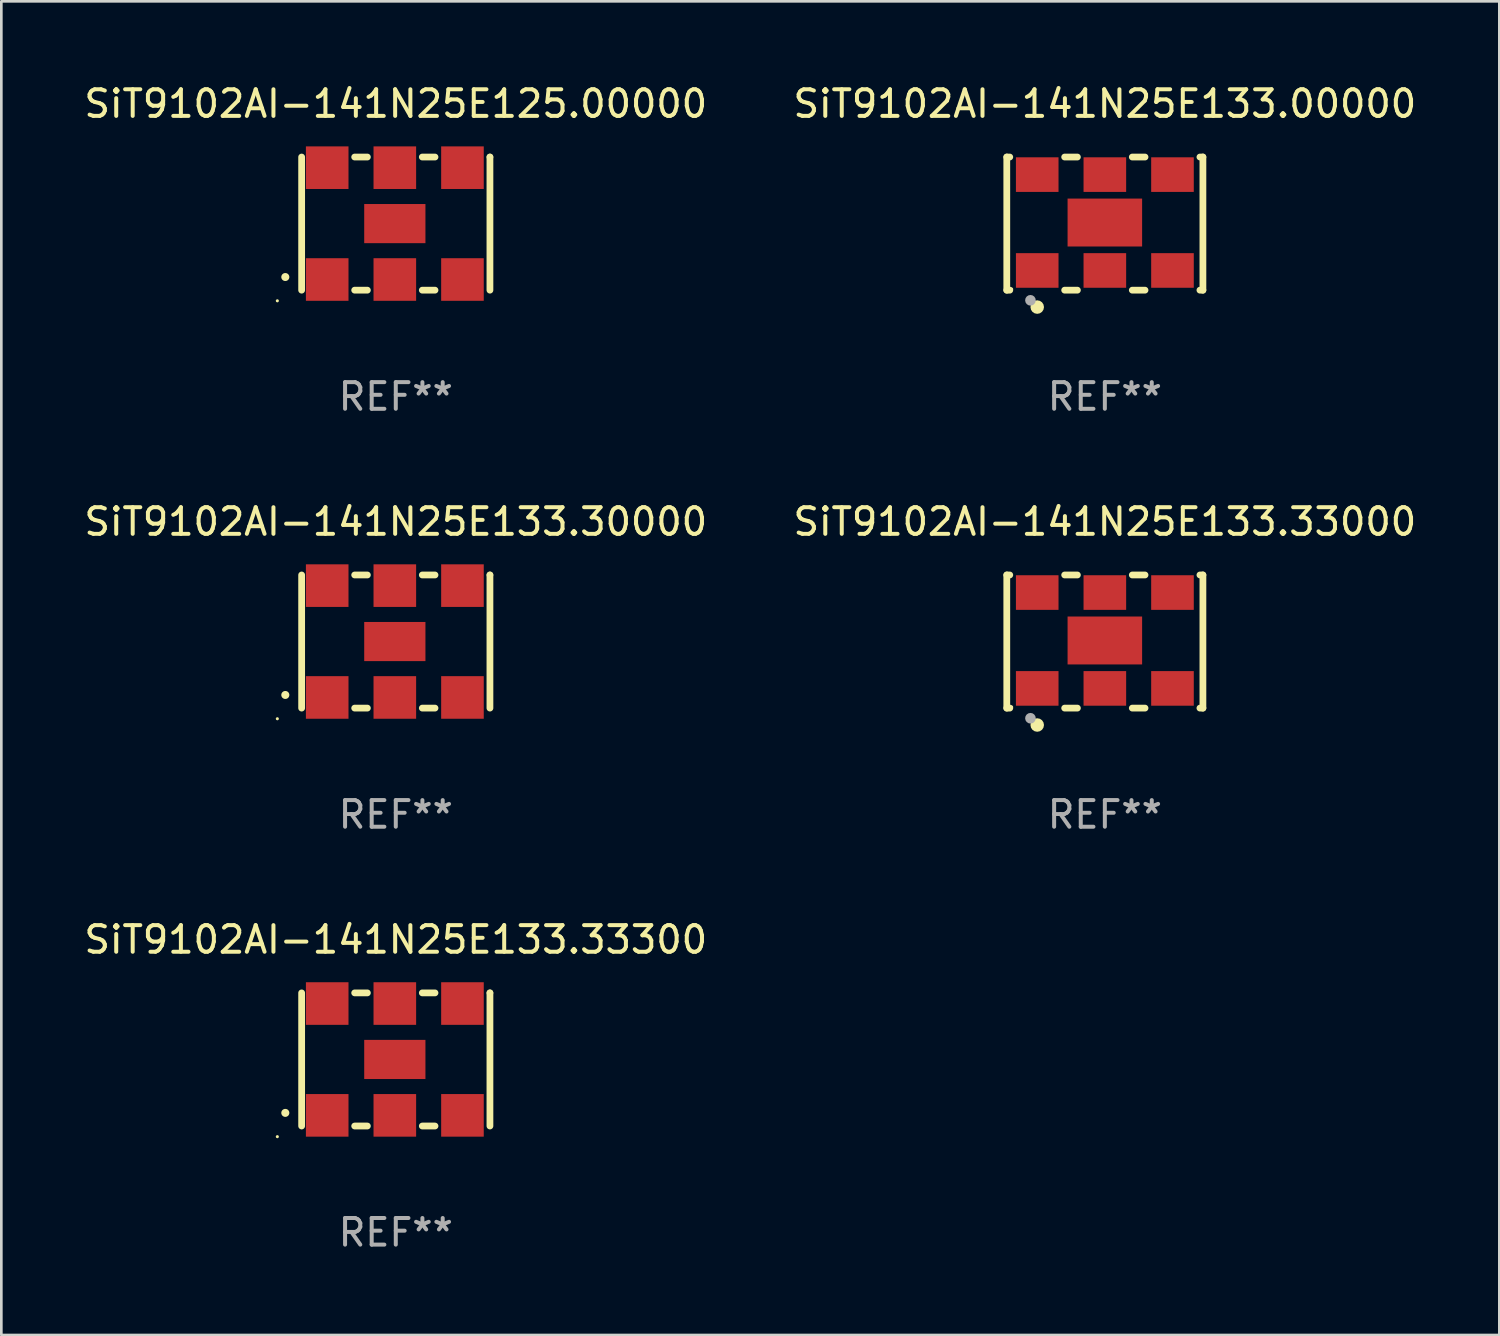
<source format=kicad_pcb>
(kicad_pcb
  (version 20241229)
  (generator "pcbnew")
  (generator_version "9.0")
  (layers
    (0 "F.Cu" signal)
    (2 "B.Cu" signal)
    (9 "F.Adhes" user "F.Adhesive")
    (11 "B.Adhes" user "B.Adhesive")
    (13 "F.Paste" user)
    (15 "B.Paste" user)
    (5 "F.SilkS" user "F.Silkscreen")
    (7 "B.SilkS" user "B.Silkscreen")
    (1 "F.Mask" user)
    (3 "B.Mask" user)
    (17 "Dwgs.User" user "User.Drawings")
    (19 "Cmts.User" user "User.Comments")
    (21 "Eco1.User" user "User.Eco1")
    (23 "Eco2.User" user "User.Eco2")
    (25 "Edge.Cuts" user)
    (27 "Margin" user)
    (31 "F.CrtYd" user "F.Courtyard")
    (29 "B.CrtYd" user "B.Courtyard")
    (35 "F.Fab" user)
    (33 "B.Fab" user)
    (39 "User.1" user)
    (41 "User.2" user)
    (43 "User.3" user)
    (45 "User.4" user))
  (footprint "SiT9102AI-141N25E133.30000"
    (layer "F.Cu")
    (at 11.815 21.045)
    (property "Reference" "SiT9102AI-141N25E133.30000" (at 0 -4.5 0) (layer "F.SilkS") (effects (font (size 1 1) (thickness 0.15))))
    (attr through_hole)
    (fp_line (start -3.536 -2.5) (end -3.536 2.5) (stroke (width 0.254) (type solid)) (layer "F.SilkS"))
    (fp_line (start -1.544 2.5) (end -1.067 2.5) (stroke (width 0.254) (type solid)) (layer "F.SilkS"))
    (fp_line (start -1.067 -2.5) (end -1.544 -2.5) (stroke (width 0.254) (type solid)) (layer "F.SilkS"))
    (fp_line (start 0.996 2.5) (end 1.473 2.5) (stroke (width 0.254) (type solid)) (layer "F.SilkS"))
    (fp_line (start 1.473 -2.5) (end 0.996 -2.5) (stroke (width 0.254) (type solid)) (layer "F.SilkS"))
    (fp_line (start 3.536 -2.5) (end 3.536 -2.5) (stroke (width 0.254) (type solid)) (layer "F.SilkS"))
    (fp_line (start 3.536 2.5) (end 3.536 -2.5) (stroke (width 0.254) (type solid)) (layer "F.SilkS"))
    (fp_arc (start -4.150432 2.006604) (mid -4.149162 2.006599) (end -4.147892 2.006604) (stroke (width 0.3) (type solid)) (layer "F.SilkS"))
    (fp_circle (center -4.449 2.9) (end -4.419 2.9) (stroke (width 0.06) (type solid)) (fill no) (layer "F.SilkS"))
    (fp_text user "REF**" (at 0 6.5 0) (layer "F.Fab") (effects (font (size 1 1) (thickness 0.15))))
    (pad "1" smd rect (at -2.576 2.1) (size 1.6 1.6) (layers "F.Cu" "F.Mask" "F.Paste"))
    (pad "2" smd rect (at -0.036 2.1) (size 1.6 1.6) (layers "F.Cu" "F.Mask" "F.Paste"))
    (pad "3" smd rect (at 2.504 2.1) (size 1.6 1.6) (layers "F.Cu" "F.Mask" "F.Paste"))
    (pad "4" smd rect (at 2.504 -2.1) (size 1.6 1.6) (layers "F.Cu" "F.Mask" "F.Paste"))
    (pad "5" smd rect (at -0.036 -2.1) (size 1.6 1.6) (layers "F.Cu" "F.Mask" "F.Paste"))
    (pad "6" smd rect (at -2.576 -2.1) (size 1.6 1.6) (layers "F.Cu" "F.Mask" "F.Paste"))
    (pad "7" smd rect (at -0.036 0) (size 2.3 1.47) (layers "F.Cu" "F.Mask" "F.Paste")))
  (footprint "SiT9102AI-141N25E133.33300"
    (layer "F.Cu")
    (at 11.815 36.741)
    (property "Reference" "SiT9102AI-141N25E133.33300" (at 0 -4.5 0) (layer "F.SilkS") (effects (font (size 1 1) (thickness 0.15))))
    (attr through_hole)
    (fp_line (start -3.536 -2.5) (end -3.536 2.5) (stroke (width 0.254) (type solid)) (layer "F.SilkS"))
    (fp_line (start -1.544 2.5) (end -1.067 2.5) (stroke (width 0.254) (type solid)) (layer "F.SilkS"))
    (fp_line (start -1.067 -2.5) (end -1.544 -2.5) (stroke (width 0.254) (type solid)) (layer "F.SilkS"))
    (fp_line (start 0.996 2.5) (end 1.473 2.5) (stroke (width 0.254) (type solid)) (layer "F.SilkS"))
    (fp_line (start 1.473 -2.5) (end 0.996 -2.5) (stroke (width 0.254) (type solid)) (layer "F.SilkS"))
    (fp_line (start 3.536 -2.5) (end 3.536 -2.5) (stroke (width 0.254) (type solid)) (layer "F.SilkS"))
    (fp_line (start 3.536 2.5) (end 3.536 -2.5) (stroke (width 0.254) (type solid)) (layer "F.SilkS"))
    (fp_arc (start -4.150432 2.006604) (mid -4.149162 2.006599) (end -4.147892 2.006604) (stroke (width 0.3) (type solid)) (layer "F.SilkS"))
    (fp_circle (center -4.449 2.9) (end -4.419 2.9) (stroke (width 0.06) (type solid)) (fill no) (layer "F.SilkS"))
    (fp_text user "REF**" (at 0 6.5 0) (layer "F.Fab") (effects (font (size 1 1) (thickness 0.15))))
    (pad "1" smd rect (at -2.576 2.1) (size 1.6 1.6) (layers "F.Cu" "F.Mask" "F.Paste"))
    (pad "2" smd rect (at -0.036 2.1) (size 1.6 1.6) (layers "F.Cu" "F.Mask" "F.Paste"))
    (pad "3" smd rect (at 2.504 2.1) (size 1.6 1.6) (layers "F.Cu" "F.Mask" "F.Paste"))
    (pad "4" smd rect (at 2.504 -2.1) (size 1.6 1.6) (layers "F.Cu" "F.Mask" "F.Paste"))
    (pad "5" smd rect (at -0.036 -2.1) (size 1.6 1.6) (layers "F.Cu" "F.Mask" "F.Paste"))
    (pad "6" smd rect (at -2.576 -2.1) (size 1.6 1.6) (layers "F.Cu" "F.Mask" "F.Paste"))
    (pad "7" smd rect (at -0.036 0) (size 2.3 1.47) (layers "F.Cu" "F.Mask" "F.Paste")))
  (footprint "SiT9102AI-141N25E133.00000"
    (layer "F.Cu")
    (at 38.446 5.348)
    (property "Reference" "SiT9102AI-141N25E133.00000" (at 0 -4.5 0) (layer "F.SilkS") (effects (font (size 1 1) (thickness 0.15))))
    (attr through_hole)
    (fp_line (start -3.683 -2.5) (end -3.571 -2.5) (stroke (width 0.254) (type solid)) (layer "F.SilkS"))
    (fp_line (start -3.683 2.5) (end -3.683 -2.5) (stroke (width 0.254) (type solid)) (layer "F.SilkS"))
    (fp_line (start -3.683 2.5) (end -3.571 2.5) (stroke (width 0.254) (type solid)) (layer "F.SilkS"))
    (fp_line (start -1.509 -2.5) (end -1.031 -2.5) (stroke (width 0.254) (type solid)) (layer "F.SilkS"))
    (fp_line (start -1.509 2.5) (end -1.031 2.5) (stroke (width 0.254) (type solid)) (layer "F.SilkS"))
    (fp_line (start 1.031 -2.5) (end 1.509 -2.5) (stroke (width 0.254) (type solid)) (layer "F.SilkS"))
    (fp_line (start 1.031 2.5) (end 1.509 2.5) (stroke (width 0.254) (type solid)) (layer "F.SilkS"))
    (fp_line (start 3.571 -2.5) (end 3.683 -2.5) (stroke (width 0.254) (type solid)) (layer "F.SilkS"))
    (fp_line (start 3.571 2.5) (end 3.683 2.5) (stroke (width 0.254) (type solid)) (layer "F.SilkS"))
    (fp_line (start 3.683 2.5) (end 3.683 -2.5) (stroke (width 0.254) (type solid)) (layer "F.SilkS"))
    (fp_circle (center -3.5 2.46) (end -3.47 2.46) (stroke (width 0.06) (type solid)) (fill no) (layer "F.SilkS"))
    (fp_circle (center -2.54 3.135) (end -2.413 3.135) (stroke (width 0.254) (type solid)) (fill no) (layer "F.SilkS"))
    (fp_circle (center -2.794 2.881) (end -2.694 2.881) (stroke (width 0.2) (type solid)) (fill no) (layer "F.Fab"))
    (fp_text user "REF**" (at 0 6.5 0) (layer "F.Fab") (effects (font (size 1 1) (thickness 0.15))))
    (pad "1" smd rect (at -2.54 1.76) (size 1.6 1.3) (layers "F.Cu" "F.Mask" "F.Paste"))
    (pad "2" smd rect (at 0 1.76) (size 1.6 1.3) (layers "F.Cu" "F.Mask" "F.Paste"))
    (pad "3" smd rect (at 2.54 1.76) (size 1.6 1.3) (layers "F.Cu" "F.Mask" "F.Paste"))
    (pad "4" smd rect (at 2.54 -1.84) (size 1.6 1.3) (layers "F.Cu" "F.Mask" "F.Paste"))
    (pad "5" smd rect (at 0 -1.84) (size 1.6 1.3) (layers "F.Cu" "F.Mask" "F.Paste"))
    (pad "6" smd rect (at -2.54 -1.84) (size 1.6 1.3) (layers "F.Cu" "F.Mask" "F.Paste"))
    (pad "7" smd rect (at 0 -0.04) (size 2.8 1.8) (layers "F.Cu" "F.Mask" "F.Paste")))
  (footprint "SiT9102AI-141N25E133.33000"
    (layer "F.Cu")
    (at 38.446 21.045)
    (property "Reference" "SiT9102AI-141N25E133.33000" (at 0 -4.5 0) (layer "F.SilkS") (effects (font (size 1 1) (thickness 0.15))))
    (attr through_hole)
    (fp_line (start -3.683 -2.5) (end -3.571 -2.5) (stroke (width 0.254) (type solid)) (layer "F.SilkS"))
    (fp_line (start -3.683 2.5) (end -3.683 -2.5) (stroke (width 0.254) (type solid)) (layer "F.SilkS"))
    (fp_line (start -3.683 2.5) (end -3.571 2.5) (stroke (width 0.254) (type solid)) (layer "F.SilkS"))
    (fp_line (start -1.509 -2.5) (end -1.031 -2.5) (stroke (width 0.254) (type solid)) (layer "F.SilkS"))
    (fp_line (start -1.509 2.5) (end -1.031 2.5) (stroke (width 0.254) (type solid)) (layer "F.SilkS"))
    (fp_line (start 1.031 -2.5) (end 1.509 -2.5) (stroke (width 0.254) (type solid)) (layer "F.SilkS"))
    (fp_line (start 1.031 2.5) (end 1.509 2.5) (stroke (width 0.254) (type solid)) (layer "F.SilkS"))
    (fp_line (start 3.571 -2.5) (end 3.683 -2.5) (stroke (width 0.254) (type solid)) (layer "F.SilkS"))
    (fp_line (start 3.571 2.5) (end 3.683 2.5) (stroke (width 0.254) (type solid)) (layer "F.SilkS"))
    (fp_line (start 3.683 2.5) (end 3.683 -2.5) (stroke (width 0.254) (type solid)) (layer "F.SilkS"))
    (fp_circle (center -3.5 2.46) (end -3.47 2.46) (stroke (width 0.06) (type solid)) (fill no) (layer "F.SilkS"))
    (fp_circle (center -2.54 3.135) (end -2.413 3.135) (stroke (width 0.254) (type solid)) (fill no) (layer "F.SilkS"))
    (fp_circle (center -2.794 2.881) (end -2.694 2.881) (stroke (width 0.2) (type solid)) (fill no) (layer "F.Fab"))
    (fp_text user "REF**" (at 0 6.5 0) (layer "F.Fab") (effects (font (size 1 1) (thickness 0.15))))
    (pad "1" smd rect (at -2.54 1.76) (size 1.6 1.3) (layers "F.Cu" "F.Mask" "F.Paste"))
    (pad "2" smd rect (at 0 1.76) (size 1.6 1.3) (layers "F.Cu" "F.Mask" "F.Paste"))
    (pad "3" smd rect (at 2.54 1.76) (size 1.6 1.3) (layers "F.Cu" "F.Mask" "F.Paste"))
    (pad "4" smd rect (at 2.54 -1.84) (size 1.6 1.3) (layers "F.Cu" "F.Mask" "F.Paste"))
    (pad "5" smd rect (at 0 -1.84) (size 1.6 1.3) (layers "F.Cu" "F.Mask" "F.Paste"))
    (pad "6" smd rect (at -2.54 -1.84) (size 1.6 1.3) (layers "F.Cu" "F.Mask" "F.Paste"))
    (pad "7" smd rect (at 0 -0.04) (size 2.8 1.8) (layers "F.Cu" "F.Mask" "F.Paste")))
  (footprint "SiT9102AI-141N25E125.00000"
    (layer "F.Cu")
    (at 11.815 5.348)
    (property "Reference" "SiT9102AI-141N25E125.00000" (at 0 -4.5 0) (layer "F.SilkS") (effects (font (size 1 1) (thickness 0.15))))
    (attr through_hole)
    (fp_line (start -3.536 -2.5) (end -3.536 2.5) (stroke (width 0.254) (type solid)) (layer "F.SilkS"))
    (fp_line (start -1.544 2.5) (end -1.067 2.5) (stroke (width 0.254) (type solid)) (layer "F.SilkS"))
    (fp_line (start -1.067 -2.5) (end -1.544 -2.5) (stroke (width 0.254) (type solid)) (layer "F.SilkS"))
    (fp_line (start 0.996 2.5) (end 1.473 2.5) (stroke (width 0.254) (type solid)) (layer "F.SilkS"))
    (fp_line (start 1.473 -2.5) (end 0.996 -2.5) (stroke (width 0.254) (type solid)) (layer "F.SilkS"))
    (fp_line (start 3.536 -2.5) (end 3.536 -2.5) (stroke (width 0.254) (type solid)) (layer "F.SilkS"))
    (fp_line (start 3.536 2.5) (end 3.536 -2.5) (stroke (width 0.254) (type solid)) (layer "F.SilkS"))
    (fp_arc (start -4.150432 2.006604) (mid -4.149162 2.006599) (end -4.147892 2.006604) (stroke (width 0.3) (type solid)) (layer "F.SilkS"))
    (fp_circle (center -4.449 2.9) (end -4.419 2.9) (stroke (width 0.06) (type solid)) (fill no) (layer "F.SilkS"))
    (fp_text user "REF**" (at 0 6.5 0) (layer "F.Fab") (effects (font (size 1 1) (thickness 0.15))))
    (pad "1" smd rect (at -2.576 2.1) (size 1.6 1.6) (layers "F.Cu" "F.Mask" "F.Paste"))
    (pad "2" smd rect (at -0.036 2.1) (size 1.6 1.6) (layers "F.Cu" "F.Mask" "F.Paste"))
    (pad "3" smd rect (at 2.504 2.1) (size 1.6 1.6) (layers "F.Cu" "F.Mask" "F.Paste"))
    (pad "4" smd rect (at 2.504 -2.1) (size 1.6 1.6) (layers "F.Cu" "F.Mask" "F.Paste"))
    (pad "5" smd rect (at -0.036 -2.1) (size 1.6 1.6) (layers "F.Cu" "F.Mask" "F.Paste"))
    (pad "6" smd rect (at -2.576 -2.1) (size 1.6 1.6) (layers "F.Cu" "F.Mask" "F.Paste"))
    (pad "7" smd rect (at -0.036 0) (size 2.3 1.47) (layers "F.Cu" "F.Mask" "F.Paste")))
  (gr_rect
    (start -3 -3)
    (end 53.262 47.09)
    (stroke (width 0.1) (type default))
    (fill no)
    (layer "Edge.Cuts")))
</source>
